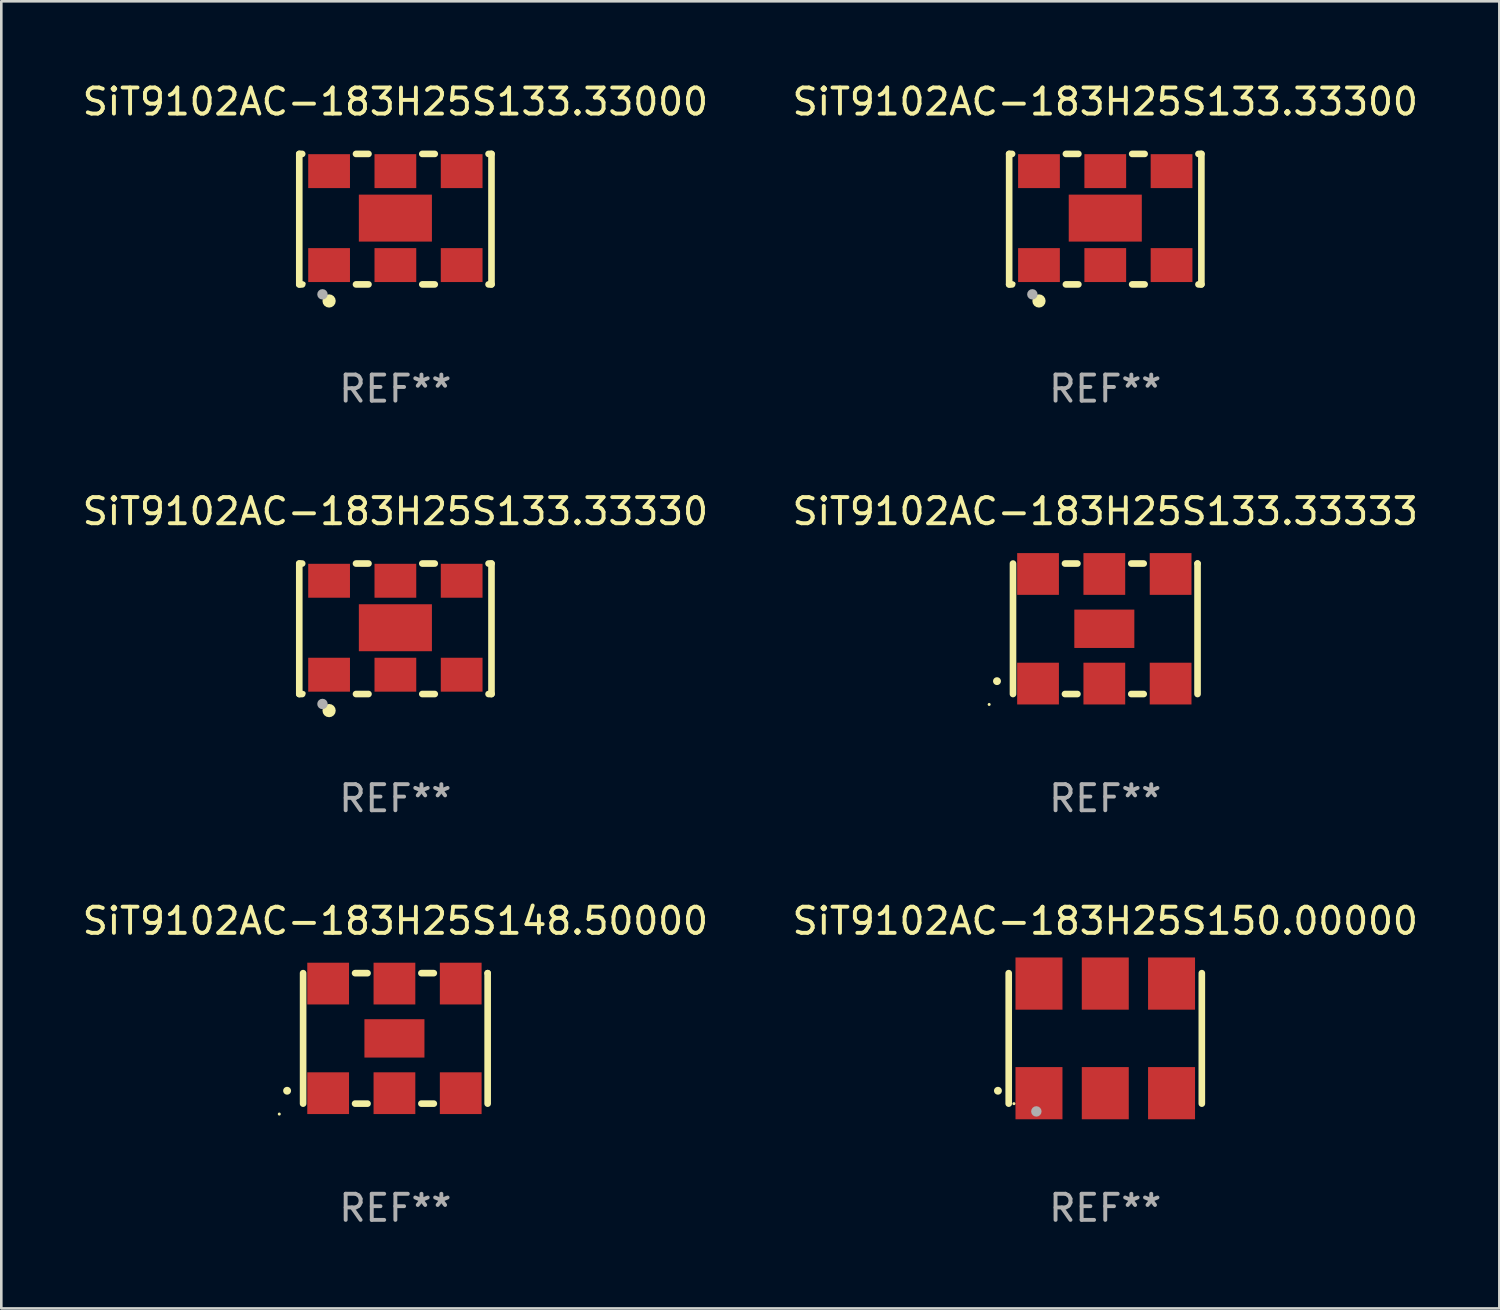
<source format=kicad_pcb>
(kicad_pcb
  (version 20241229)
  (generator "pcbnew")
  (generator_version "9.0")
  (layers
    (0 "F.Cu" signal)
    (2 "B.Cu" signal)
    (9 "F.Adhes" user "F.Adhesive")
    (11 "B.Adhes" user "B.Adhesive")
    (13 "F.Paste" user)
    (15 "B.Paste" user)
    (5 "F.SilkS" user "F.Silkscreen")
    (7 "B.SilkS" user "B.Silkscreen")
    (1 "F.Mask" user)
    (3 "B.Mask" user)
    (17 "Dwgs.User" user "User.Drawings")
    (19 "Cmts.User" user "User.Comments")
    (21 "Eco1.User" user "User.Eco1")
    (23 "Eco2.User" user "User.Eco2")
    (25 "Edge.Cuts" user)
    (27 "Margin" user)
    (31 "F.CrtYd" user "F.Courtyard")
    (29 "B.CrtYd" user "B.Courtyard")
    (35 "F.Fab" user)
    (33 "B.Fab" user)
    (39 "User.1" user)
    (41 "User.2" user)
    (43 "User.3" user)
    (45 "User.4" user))
  (footprint "SiT9102AC-183H25S150.00000"
    (layer "F.Cu")
    (at 39.304 36.741)
    (property "Reference" "SiT9102AC-183H25S150.00000" (at 0 -4.5 0) (layer "F.SilkS") (effects (font (size 1 1) (thickness 0.15))))
    (attr through_hole)
    (fp_line (start -3.7 -2.5) (end -3.7 2.5) (stroke (width 0.254) (type solid)) (layer "F.SilkS"))
    (fp_line (start 3.7 -2.5) (end 3.7 2.5) (stroke (width 0.254) (type solid)) (layer "F.SilkS"))
    (fp_arc (start -4.114415 2.006604) (mid -4.113145 2.006599) (end -4.111875 2.006604) (stroke (width 0.3) (type solid)) (layer "F.SilkS"))
    (fp_circle (center -3.5 2.501) (end -3.47 2.501) (stroke (width 0.06) (type solid)) (fill no) (layer "F.SilkS"))
    (fp_circle (center -2.641 2.799) (end -2.541 2.799) (stroke (width 0.2) (type solid)) (fill no) (layer "F.Fab"))
    (fp_text user "REF**" (at 0 6.5 0) (layer "F.Fab") (effects (font (size 1 1) (thickness 0.15))))
    (pad "1" smd rect (at -2.54 2.1) (size 1.8 2) (layers "F.Cu" "F.Mask" "F.Paste"))
    (pad "2" smd rect (at 0.000394 2.1) (size 1.8 2) (layers "F.Cu" "F.Mask" "F.Paste"))
    (pad "3" smd rect (at 2.54 2.1) (size 1.8 2) (layers "F.Cu" "F.Mask" "F.Paste"))
    (pad "4" smd rect (at 2.54 -2.1) (size 1.8 2) (layers "F.Cu" "F.Mask" "F.Paste"))
    (pad "5" smd rect (at 0.000394 -2.1) (size 1.8 2) (layers "F.Cu" "F.Mask" "F.Paste"))
    (pad "6" smd rect (at -2.54 -2.1) (size 1.8 2) (layers "F.Cu" "F.Mask" "F.Paste")))
  (footprint "SiT9102AC-183H25S133.33330"
    (layer "F.Cu")
    (at 12.101 21.045)
    (property "Reference" "SiT9102AC-183H25S133.33330" (at 0 -4.5 0) (layer "F.SilkS") (effects (font (size 1 1) (thickness 0.15))))
    (attr through_hole)
    (fp_line (start -3.683 -2.5) (end -3.571 -2.5) (stroke (width 0.254) (type solid)) (layer "F.SilkS"))
    (fp_line (start -3.683 2.5) (end -3.683 -2.5) (stroke (width 0.254) (type solid)) (layer "F.SilkS"))
    (fp_line (start -3.683 2.5) (end -3.571 2.5) (stroke (width 0.254) (type solid)) (layer "F.SilkS"))
    (fp_line (start -1.509 -2.5) (end -1.031 -2.5) (stroke (width 0.254) (type solid)) (layer "F.SilkS"))
    (fp_line (start -1.509 2.5) (end -1.031 2.5) (stroke (width 0.254) (type solid)) (layer "F.SilkS"))
    (fp_line (start 1.031 -2.5) (end 1.509 -2.5) (stroke (width 0.254) (type solid)) (layer "F.SilkS"))
    (fp_line (start 1.031 2.5) (end 1.509 2.5) (stroke (width 0.254) (type solid)) (layer "F.SilkS"))
    (fp_line (start 3.571 -2.5) (end 3.683 -2.5) (stroke (width 0.254) (type solid)) (layer "F.SilkS"))
    (fp_line (start 3.571 2.5) (end 3.683 2.5) (stroke (width 0.254) (type solid)) (layer "F.SilkS"))
    (fp_line (start 3.683 2.5) (end 3.683 -2.5) (stroke (width 0.254) (type solid)) (layer "F.SilkS"))
    (fp_circle (center -3.5 2.46) (end -3.47 2.46) (stroke (width 0.06) (type solid)) (fill no) (layer "F.SilkS"))
    (fp_circle (center -2.54 3.135) (end -2.413 3.135) (stroke (width 0.254) (type solid)) (fill no) (layer "F.SilkS"))
    (fp_circle (center -2.794 2.881) (end -2.694 2.881) (stroke (width 0.2) (type solid)) (fill no) (layer "F.Fab"))
    (fp_text user "REF**" (at 0 6.5 0) (layer "F.Fab") (effects (font (size 1 1) (thickness 0.15))))
    (pad "1" smd rect (at -2.54 1.76) (size 1.6 1.3) (layers "F.Cu" "F.Mask" "F.Paste"))
    (pad "2" smd rect (at 0 1.76) (size 1.6 1.3) (layers "F.Cu" "F.Mask" "F.Paste"))
    (pad "3" smd rect (at 2.54 1.76) (size 1.6 1.3) (layers "F.Cu" "F.Mask" "F.Paste"))
    (pad "4" smd rect (at 2.54 -1.84) (size 1.6 1.3) (layers "F.Cu" "F.Mask" "F.Paste"))
    (pad "5" smd rect (at 0 -1.84) (size 1.6 1.3) (layers "F.Cu" "F.Mask" "F.Paste"))
    (pad "6" smd rect (at -2.54 -1.84) (size 1.6 1.3) (layers "F.Cu" "F.Mask" "F.Paste"))
    (pad "7" smd rect (at 0 -0.04) (size 2.8 1.8) (layers "F.Cu" "F.Mask" "F.Paste")))
  (footprint "SiT9102AC-183H25S133.33333"
    (layer "F.Cu")
    (at 39.304 21.045)
    (property "Reference" "SiT9102AC-183H25S133.33333" (at 0 -4.5 0) (layer "F.SilkS") (effects (font (size 1 1) (thickness 0.15))))
    (attr through_hole)
    (fp_line (start -3.536 -2.5) (end -3.536 2.5) (stroke (width 0.254) (type solid)) (layer "F.SilkS"))
    (fp_line (start -1.544 2.5) (end -1.067 2.5) (stroke (width 0.254) (type solid)) (layer "F.SilkS"))
    (fp_line (start -1.067 -2.5) (end -1.544 -2.5) (stroke (width 0.254) (type solid)) (layer "F.SilkS"))
    (fp_line (start 0.996 2.5) (end 1.473 2.5) (stroke (width 0.254) (type solid)) (layer "F.SilkS"))
    (fp_line (start 1.473 -2.5) (end 0.996 -2.5) (stroke (width 0.254) (type solid)) (layer "F.SilkS"))
    (fp_line (start 3.536 -2.5) (end 3.536 -2.5) (stroke (width 0.254) (type solid)) (layer "F.SilkS"))
    (fp_line (start 3.536 2.5) (end 3.536 -2.5) (stroke (width 0.254) (type solid)) (layer "F.SilkS"))
    (fp_arc (start -4.150432 2.006604) (mid -4.149162 2.006599) (end -4.147892 2.006604) (stroke (width 0.3) (type solid)) (layer "F.SilkS"))
    (fp_circle (center -4.449 2.9) (end -4.419 2.9) (stroke (width 0.06) (type solid)) (fill no) (layer "F.SilkS"))
    (fp_text user "REF**" (at 0 6.5 0) (layer "F.Fab") (effects (font (size 1 1) (thickness 0.15))))
    (pad "1" smd rect (at -2.576 2.1) (size 1.6 1.6) (layers "F.Cu" "F.Mask" "F.Paste"))
    (pad "2" smd rect (at -0.036 2.1) (size 1.6 1.6) (layers "F.Cu" "F.Mask" "F.Paste"))
    (pad "3" smd rect (at 2.504 2.1) (size 1.6 1.6) (layers "F.Cu" "F.Mask" "F.Paste"))
    (pad "4" smd rect (at 2.504 -2.1) (size 1.6 1.6) (layers "F.Cu" "F.Mask" "F.Paste"))
    (pad "5" smd rect (at -0.036 -2.1) (size 1.6 1.6) (layers "F.Cu" "F.Mask" "F.Paste"))
    (pad "6" smd rect (at -2.576 -2.1) (size 1.6 1.6) (layers "F.Cu" "F.Mask" "F.Paste"))
    (pad "7" smd rect (at -0.036 0) (size 2.3 1.47) (layers "F.Cu" "F.Mask" "F.Paste")))
  (footprint "SiT9102AC-183H25S148.50000"
    (layer "F.Cu")
    (at 12.101 36.741)
    (property "Reference" "SiT9102AC-183H25S148.50000" (at 0 -4.5 0) (layer "F.SilkS") (effects (font (size 1 1) (thickness 0.15))))
    (attr through_hole)
    (fp_line (start -3.536 -2.5) (end -3.536 2.5) (stroke (width 0.254) (type solid)) (layer "F.SilkS"))
    (fp_line (start -1.544 2.5) (end -1.067 2.5) (stroke (width 0.254) (type solid)) (layer "F.SilkS"))
    (fp_line (start -1.067 -2.5) (end -1.544 -2.5) (stroke (width 0.254) (type solid)) (layer "F.SilkS"))
    (fp_line (start 0.996 2.5) (end 1.473 2.5) (stroke (width 0.254) (type solid)) (layer "F.SilkS"))
    (fp_line (start 1.473 -2.5) (end 0.996 -2.5) (stroke (width 0.254) (type solid)) (layer "F.SilkS"))
    (fp_line (start 3.536 -2.5) (end 3.536 -2.5) (stroke (width 0.254) (type solid)) (layer "F.SilkS"))
    (fp_line (start 3.536 2.5) (end 3.536 -2.5) (stroke (width 0.254) (type solid)) (layer "F.SilkS"))
    (fp_arc (start -4.150432 2.006604) (mid -4.149162 2.006599) (end -4.147892 2.006604) (stroke (width 0.3) (type solid)) (layer "F.SilkS"))
    (fp_circle (center -4.449 2.9) (end -4.419 2.9) (stroke (width 0.06) (type solid)) (fill no) (layer "F.SilkS"))
    (fp_text user "REF**" (at 0 6.5 0) (layer "F.Fab") (effects (font (size 1 1) (thickness 0.15))))
    (pad "1" smd rect (at -2.576 2.1) (size 1.6 1.6) (layers "F.Cu" "F.Mask" "F.Paste"))
    (pad "2" smd rect (at -0.036 2.1) (size 1.6 1.6) (layers "F.Cu" "F.Mask" "F.Paste"))
    (pad "3" smd rect (at 2.504 2.1) (size 1.6 1.6) (layers "F.Cu" "F.Mask" "F.Paste"))
    (pad "4" smd rect (at 2.504 -2.1) (size 1.6 1.6) (layers "F.Cu" "F.Mask" "F.Paste"))
    (pad "5" smd rect (at -0.036 -2.1) (size 1.6 1.6) (layers "F.Cu" "F.Mask" "F.Paste"))
    (pad "6" smd rect (at -2.576 -2.1) (size 1.6 1.6) (layers "F.Cu" "F.Mask" "F.Paste"))
    (pad "7" smd rect (at -0.036 0) (size 2.3 1.47) (layers "F.Cu" "F.Mask" "F.Paste")))
  (footprint "SiT9102AC-183H25S133.33300"
    (layer "F.Cu")
    (at 39.304 5.348)
    (property "Reference" "SiT9102AC-183H25S133.33300" (at 0 -4.5 0) (layer "F.SilkS") (effects (font (size 1 1) (thickness 0.15))))
    (attr through_hole)
    (fp_line (start -3.683 -2.5) (end -3.571 -2.5) (stroke (width 0.254) (type solid)) (layer "F.SilkS"))
    (fp_line (start -3.683 2.5) (end -3.683 -2.5) (stroke (width 0.254) (type solid)) (layer "F.SilkS"))
    (fp_line (start -3.683 2.5) (end -3.571 2.5) (stroke (width 0.254) (type solid)) (layer "F.SilkS"))
    (fp_line (start -1.509 -2.5) (end -1.031 -2.5) (stroke (width 0.254) (type solid)) (layer "F.SilkS"))
    (fp_line (start -1.509 2.5) (end -1.031 2.5) (stroke (width 0.254) (type solid)) (layer "F.SilkS"))
    (fp_line (start 1.031 -2.5) (end 1.509 -2.5) (stroke (width 0.254) (type solid)) (layer "F.SilkS"))
    (fp_line (start 1.031 2.5) (end 1.509 2.5) (stroke (width 0.254) (type solid)) (layer "F.SilkS"))
    (fp_line (start 3.571 -2.5) (end 3.683 -2.5) (stroke (width 0.254) (type solid)) (layer "F.SilkS"))
    (fp_line (start 3.571 2.5) (end 3.683 2.5) (stroke (width 0.254) (type solid)) (layer "F.SilkS"))
    (fp_line (start 3.683 2.5) (end 3.683 -2.5) (stroke (width 0.254) (type solid)) (layer "F.SilkS"))
    (fp_circle (center -3.5 2.46) (end -3.47 2.46) (stroke (width 0.06) (type solid)) (fill no) (layer "F.SilkS"))
    (fp_circle (center -2.54 3.135) (end -2.413 3.135) (stroke (width 0.254) (type solid)) (fill no) (layer "F.SilkS"))
    (fp_circle (center -2.794 2.881) (end -2.694 2.881) (stroke (width 0.2) (type solid)) (fill no) (layer "F.Fab"))
    (fp_text user "REF**" (at 0 6.5 0) (layer "F.Fab") (effects (font (size 1 1) (thickness 0.15))))
    (pad "1" smd rect (at -2.54 1.76) (size 1.6 1.3) (layers "F.Cu" "F.Mask" "F.Paste"))
    (pad "2" smd rect (at 0 1.76) (size 1.6 1.3) (layers "F.Cu" "F.Mask" "F.Paste"))
    (pad "3" smd rect (at 2.54 1.76) (size 1.6 1.3) (layers "F.Cu" "F.Mask" "F.Paste"))
    (pad "4" smd rect (at 2.54 -1.84) (size 1.6 1.3) (layers "F.Cu" "F.Mask" "F.Paste"))
    (pad "5" smd rect (at 0 -1.84) (size 1.6 1.3) (layers "F.Cu" "F.Mask" "F.Paste"))
    (pad "6" smd rect (at -2.54 -1.84) (size 1.6 1.3) (layers "F.Cu" "F.Mask" "F.Paste"))
    (pad "7" smd rect (at 0 -0.04) (size 2.8 1.8) (layers "F.Cu" "F.Mask" "F.Paste")))
  (footprint "SiT9102AC-183H25S133.33000"
    (layer "F.Cu")
    (at 12.101 5.348)
    (property "Reference" "SiT9102AC-183H25S133.33000" (at 0 -4.5 0) (layer "F.SilkS") (effects (font (size 1 1) (thickness 0.15))))
    (attr through_hole)
    (fp_line (start -3.683 -2.5) (end -3.571 -2.5) (stroke (width 0.254) (type solid)) (layer "F.SilkS"))
    (fp_line (start -3.683 2.5) (end -3.683 -2.5) (stroke (width 0.254) (type solid)) (layer "F.SilkS"))
    (fp_line (start -3.683 2.5) (end -3.571 2.5) (stroke (width 0.254) (type solid)) (layer "F.SilkS"))
    (fp_line (start -1.509 -2.5) (end -1.031 -2.5) (stroke (width 0.254) (type solid)) (layer "F.SilkS"))
    (fp_line (start -1.509 2.5) (end -1.031 2.5) (stroke (width 0.254) (type solid)) (layer "F.SilkS"))
    (fp_line (start 1.031 -2.5) (end 1.509 -2.5) (stroke (width 0.254) (type solid)) (layer "F.SilkS"))
    (fp_line (start 1.031 2.5) (end 1.509 2.5) (stroke (width 0.254) (type solid)) (layer "F.SilkS"))
    (fp_line (start 3.571 -2.5) (end 3.683 -2.5) (stroke (width 0.254) (type solid)) (layer "F.SilkS"))
    (fp_line (start 3.571 2.5) (end 3.683 2.5) (stroke (width 0.254) (type solid)) (layer "F.SilkS"))
    (fp_line (start 3.683 2.5) (end 3.683 -2.5) (stroke (width 0.254) (type solid)) (layer "F.SilkS"))
    (fp_circle (center -3.5 2.46) (end -3.47 2.46) (stroke (width 0.06) (type solid)) (fill no) (layer "F.SilkS"))
    (fp_circle (center -2.54 3.135) (end -2.413 3.135) (stroke (width 0.254) (type solid)) (fill no) (layer "F.SilkS"))
    (fp_circle (center -2.794 2.881) (end -2.694 2.881) (stroke (width 0.2) (type solid)) (fill no) (layer "F.Fab"))
    (fp_text user "REF**" (at 0 6.5 0) (layer "F.Fab") (effects (font (size 1 1) (thickness 0.15))))
    (pad "1" smd rect (at -2.54 1.76) (size 1.6 1.3) (layers "F.Cu" "F.Mask" "F.Paste"))
    (pad "2" smd rect (at 0 1.76) (size 1.6 1.3) (layers "F.Cu" "F.Mask" "F.Paste"))
    (pad "3" smd rect (at 2.54 1.76) (size 1.6 1.3) (layers "F.Cu" "F.Mask" "F.Paste"))
    (pad "4" smd rect (at 2.54 -1.84) (size 1.6 1.3) (layers "F.Cu" "F.Mask" "F.Paste"))
    (pad "5" smd rect (at 0 -1.84) (size 1.6 1.3) (layers "F.Cu" "F.Mask" "F.Paste"))
    (pad "6" smd rect (at -2.54 -1.84) (size 1.6 1.3) (layers "F.Cu" "F.Mask" "F.Paste"))
    (pad "7" smd rect (at 0 -0.04) (size 2.8 1.8) (layers "F.Cu" "F.Mask" "F.Paste")))
  (gr_rect
    (start -3 -3)
    (end 54.405 47.09)
    (stroke (width 0.1) (type default))
    (fill no)
    (layer "Edge.Cuts")))
</source>
